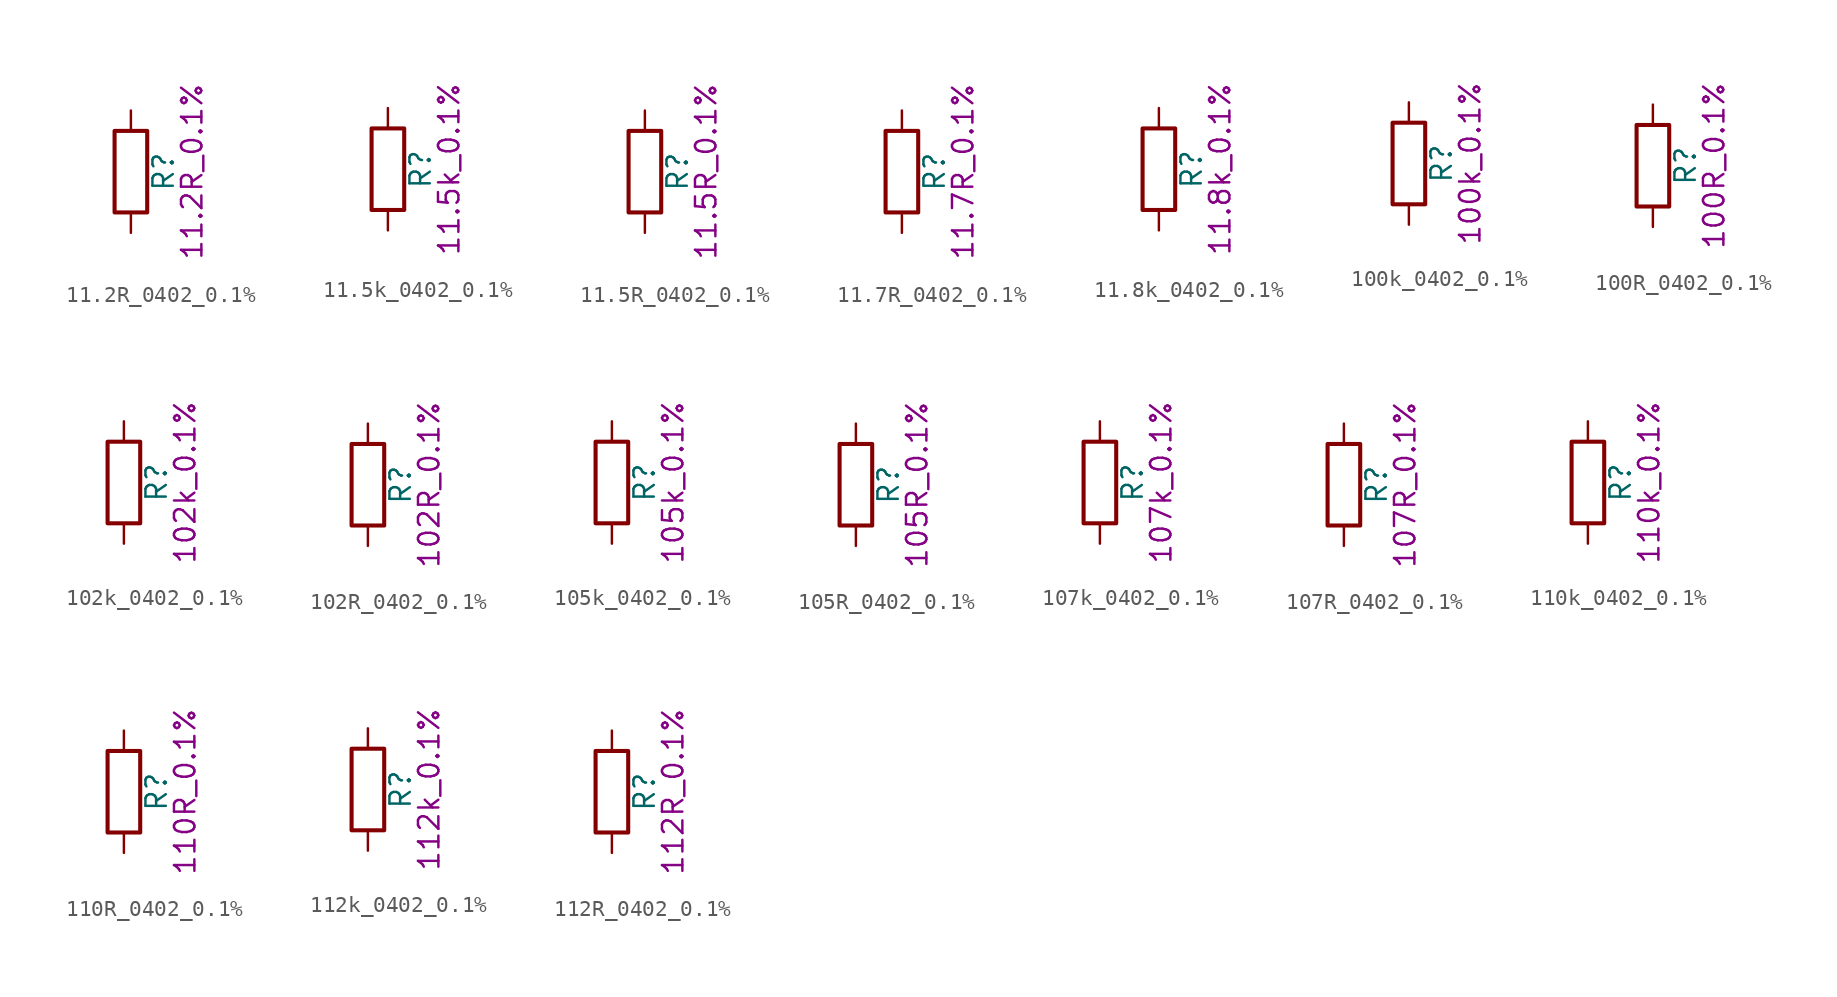
<source format=kicad_sym>
(kicad_symbol_lib
  (version 20211014)
  (generator kicad_symbol_editor)
  (symbol "11.2R_0402_0.1%"
    (pin_numbers hide)
    (pin_names
      (offset 0))
    (property "Reference" "R"
      (at 2.032 0 90)
      (effects (font (size 1.27 1.27))))
    (property "Display" "11.2R_0.1%"
      (at 3.81 0 90)
      (effects (font (size 1.27 1.27))))
    (symbol "11.2R_0402_0.1%_0_1"
      (rectangle (start -1.016 -2.54) (end 1.016 2.54) (stroke (width 0.254) (type default) (color 0 0 0 0)) (fill (type none))))
    (symbol "11.2R_0402_0.1%_1_1"
      (pin passive line (at 0 3.81 270) (length 1.27) (name "~" (effects (font (size 1.27 1.27)))) (number "1" (effects (font (size 1.27 1.27)))))
      (pin passive line (at 0 -3.81 90) (length 1.27) (name "~" (effects (font (size 1.27 1.27)))) (number "2" (effects (font (size 1.27 1.27)))))))
  (symbol "11.5k_0402_0.1%"
    (pin_numbers hide)
    (pin_names
      (offset 0))
    (property "Reference" "R"
      (at 2.032 0 90)
      (effects (font (size 1.27 1.27))))
    (property "Display" "11.5k_0.1%"
      (at 3.81 0 90)
      (effects (font (size 1.27 1.27))))
    (symbol "11.5k_0402_0.1%_0_1"
      (rectangle (start -1.016 -2.54) (end 1.016 2.54) (stroke (width 0.254) (type default) (color 0 0 0 0)) (fill (type none))))
    (symbol "11.5k_0402_0.1%_1_1"
      (pin passive line (at 0 3.81 270) (length 1.27) (name "~" (effects (font (size 1.27 1.27)))) (number "1" (effects (font (size 1.27 1.27)))))
      (pin passive line (at 0 -3.81 90) (length 1.27) (name "~" (effects (font (size 1.27 1.27)))) (number "2" (effects (font (size 1.27 1.27)))))))
  (symbol "11.5R_0402_0.1%"
    (pin_numbers hide)
    (pin_names
      (offset 0))
    (property "Reference" "R"
      (at 2.032 0 90)
      (effects (font (size 1.27 1.27))))
    (property "Display" "11.5R_0.1%"
      (at 3.81 0 90)
      (effects (font (size 1.27 1.27))))
    (symbol "11.5R_0402_0.1%_0_1"
      (rectangle (start -1.016 -2.54) (end 1.016 2.54) (stroke (width 0.254) (type default) (color 0 0 0 0)) (fill (type none))))
    (symbol "11.5R_0402_0.1%_1_1"
      (pin passive line (at 0 3.81 270) (length 1.27) (name "~" (effects (font (size 1.27 1.27)))) (number "1" (effects (font (size 1.27 1.27)))))
      (pin passive line (at 0 -3.81 90) (length 1.27) (name "~" (effects (font (size 1.27 1.27)))) (number "2" (effects (font (size 1.27 1.27)))))))
  (symbol "11.7R_0402_0.1%"
    (pin_numbers hide)
    (pin_names
      (offset 0))
    (property "Reference" "R"
      (at 2.032 0 90)
      (effects (font (size 1.27 1.27))))
    (property "Display" "11.7R_0.1%"
      (at 3.81 0 90)
      (effects (font (size 1.27 1.27))))
    (symbol "11.7R_0402_0.1%_0_1"
      (rectangle (start -1.016 -2.54) (end 1.016 2.54) (stroke (width 0.254) (type default) (color 0 0 0 0)) (fill (type none))))
    (symbol "11.7R_0402_0.1%_1_1"
      (pin passive line (at 0 3.81 270) (length 1.27) (name "~" (effects (font (size 1.27 1.27)))) (number "1" (effects (font (size 1.27 1.27)))))
      (pin passive line (at 0 -3.81 90) (length 1.27) (name "~" (effects (font (size 1.27 1.27)))) (number "2" (effects (font (size 1.27 1.27)))))))
  (symbol "11.8k_0402_0.1%"
    (pin_numbers hide)
    (pin_names
      (offset 0))
    (property "Reference" "R"
      (at 2.032 0 90)
      (effects (font (size 1.27 1.27))))
    (property "Display" "11.8k_0.1%"
      (at 3.81 0 90)
      (effects (font (size 1.27 1.27))))
    (symbol "11.8k_0402_0.1%_0_1"
      (rectangle (start -1.016 -2.54) (end 1.016 2.54) (stroke (width 0.254) (type default) (color 0 0 0 0)) (fill (type none))))
    (symbol "11.8k_0402_0.1%_1_1"
      (pin passive line (at 0 3.81 270) (length 1.27) (name "~" (effects (font (size 1.27 1.27)))) (number "1" (effects (font (size 1.27 1.27)))))
      (pin passive line (at 0 -3.81 90) (length 1.27) (name "~" (effects (font (size 1.27 1.27)))) (number "2" (effects (font (size 1.27 1.27)))))))
  (symbol "100k_0402_0.1%"
    (pin_numbers hide)
    (pin_names
      (offset 0))
    (property "Reference" "R"
      (at 2.032 0 90)
      (effects (font (size 1.27 1.27))))
    (property "Display" "100k_0.1%"
      (at 3.81 0 90)
      (effects (font (size 1.27 1.27))))
    (symbol "100k_0402_0.1%_0_1"
      (rectangle (start -1.016 -2.54) (end 1.016 2.54) (stroke (width 0.254) (type default) (color 0 0 0 0)) (fill (type none))))
    (symbol "100k_0402_0.1%_1_1"
      (pin passive line (at 0 3.81 270) (length 1.27) (name "~" (effects (font (size 1.27 1.27)))) (number "1" (effects (font (size 1.27 1.27)))))
      (pin passive line (at 0 -3.81 90) (length 1.27) (name "~" (effects (font (size 1.27 1.27)))) (number "2" (effects (font (size 1.27 1.27)))))))
  (symbol "100R_0402_0.1%"
    (pin_numbers hide)
    (pin_names
      (offset 0))
    (property "Reference" "R"
      (at 2.032 0 90)
      (effects (font (size 1.27 1.27))))
    (property "Display" "100R_0.1%"
      (at 3.81 0 90)
      (effects (font (size 1.27 1.27))))
    (symbol "100R_0402_0.1%_0_1"
      (rectangle (start -1.016 -2.54) (end 1.016 2.54) (stroke (width 0.254) (type default) (color 0 0 0 0)) (fill (type none))))
    (symbol "100R_0402_0.1%_1_1"
      (pin passive line (at 0 3.81 270) (length 1.27) (name "~" (effects (font (size 1.27 1.27)))) (number "1" (effects (font (size 1.27 1.27)))))
      (pin passive line (at 0 -3.81 90) (length 1.27) (name "~" (effects (font (size 1.27 1.27)))) (number "2" (effects (font (size 1.27 1.27)))))))
  (symbol "102k_0402_0.1%"
    (pin_numbers hide)
    (pin_names
      (offset 0))
    (property "Reference" "R"
      (at 2.032 0 90)
      (effects (font (size 1.27 1.27))))
    (property "Display" "102k_0.1%"
      (at 3.81 0 90)
      (effects (font (size 1.27 1.27))))
    (symbol "102k_0402_0.1%_0_1"
      (rectangle (start -1.016 -2.54) (end 1.016 2.54) (stroke (width 0.254) (type default) (color 0 0 0 0)) (fill (type none))))
    (symbol "102k_0402_0.1%_1_1"
      (pin passive line (at 0 3.81 270) (length 1.27) (name "~" (effects (font (size 1.27 1.27)))) (number "1" (effects (font (size 1.27 1.27)))))
      (pin passive line (at 0 -3.81 90) (length 1.27) (name "~" (effects (font (size 1.27 1.27)))) (number "2" (effects (font (size 1.27 1.27)))))))
  (symbol "102R_0402_0.1%"
    (pin_numbers hide)
    (pin_names
      (offset 0))
    (property "Reference" "R"
      (at 2.032 0 90)
      (effects (font (size 1.27 1.27))))
    (property "Display" "102R_0.1%"
      (at 3.81 0 90)
      (effects (font (size 1.27 1.27))))
    (symbol "102R_0402_0.1%_0_1"
      (rectangle (start -1.016 -2.54) (end 1.016 2.54) (stroke (width 0.254) (type default) (color 0 0 0 0)) (fill (type none))))
    (symbol "102R_0402_0.1%_1_1"
      (pin passive line (at 0 3.81 270) (length 1.27) (name "~" (effects (font (size 1.27 1.27)))) (number "1" (effects (font (size 1.27 1.27)))))
      (pin passive line (at 0 -3.81 90) (length 1.27) (name "~" (effects (font (size 1.27 1.27)))) (number "2" (effects (font (size 1.27 1.27)))))))
  (symbol "105k_0402_0.1%"
    (pin_numbers hide)
    (pin_names
      (offset 0))
    (property "Reference" "R"
      (at 2.032 0 90)
      (effects (font (size 1.27 1.27))))
    (property "Display" "105k_0.1%"
      (at 3.81 0 90)
      (effects (font (size 1.27 1.27))))
    (symbol "105k_0402_0.1%_0_1"
      (rectangle (start -1.016 -2.54) (end 1.016 2.54) (stroke (width 0.254) (type default) (color 0 0 0 0)) (fill (type none))))
    (symbol "105k_0402_0.1%_1_1"
      (pin passive line (at 0 3.81 270) (length 1.27) (name "~" (effects (font (size 1.27 1.27)))) (number "1" (effects (font (size 1.27 1.27)))))
      (pin passive line (at 0 -3.81 90) (length 1.27) (name "~" (effects (font (size 1.27 1.27)))) (number "2" (effects (font (size 1.27 1.27)))))))
  (symbol "105R_0402_0.1%"
    (pin_numbers hide)
    (pin_names
      (offset 0))
    (property "Reference" "R"
      (at 2.032 0 90)
      (effects (font (size 1.27 1.27))))
    (property "Display" "105R_0.1%"
      (at 3.81 0 90)
      (effects (font (size 1.27 1.27))))
    (symbol "105R_0402_0.1%_0_1"
      (rectangle (start -1.016 -2.54) (end 1.016 2.54) (stroke (width 0.254) (type default) (color 0 0 0 0)) (fill (type none))))
    (symbol "105R_0402_0.1%_1_1"
      (pin passive line (at 0 3.81 270) (length 1.27) (name "~" (effects (font (size 1.27 1.27)))) (number "1" (effects (font (size 1.27 1.27)))))
      (pin passive line (at 0 -3.81 90) (length 1.27) (name "~" (effects (font (size 1.27 1.27)))) (number "2" (effects (font (size 1.27 1.27)))))))
  (symbol "107k_0402_0.1%"
    (pin_numbers hide)
    (pin_names
      (offset 0))
    (property "Reference" "R"
      (at 2.032 0 90)
      (effects (font (size 1.27 1.27))))
    (property "Display" "107k_0.1%"
      (at 3.81 0 90)
      (effects (font (size 1.27 1.27))))
    (symbol "107k_0402_0.1%_0_1"
      (rectangle (start -1.016 -2.54) (end 1.016 2.54) (stroke (width 0.254) (type default) (color 0 0 0 0)) (fill (type none))))
    (symbol "107k_0402_0.1%_1_1"
      (pin passive line (at 0 3.81 270) (length 1.27) (name "~" (effects (font (size 1.27 1.27)))) (number "1" (effects (font (size 1.27 1.27)))))
      (pin passive line (at 0 -3.81 90) (length 1.27) (name "~" (effects (font (size 1.27 1.27)))) (number "2" (effects (font (size 1.27 1.27)))))))
  (symbol "107R_0402_0.1%"
    (pin_numbers hide)
    (pin_names
      (offset 0))
    (property "Reference" "R"
      (at 2.032 0 90)
      (effects (font (size 1.27 1.27))))
    (property "Display" "107R_0.1%"
      (at 3.81 0 90)
      (effects (font (size 1.27 1.27))))
    (symbol "107R_0402_0.1%_0_1"
      (rectangle (start -1.016 -2.54) (end 1.016 2.54) (stroke (width 0.254) (type default) (color 0 0 0 0)) (fill (type none))))
    (symbol "107R_0402_0.1%_1_1"
      (pin passive line (at 0 3.81 270) (length 1.27) (name "~" (effects (font (size 1.27 1.27)))) (number "1" (effects (font (size 1.27 1.27)))))
      (pin passive line (at 0 -3.81 90) (length 1.27) (name "~" (effects (font (size 1.27 1.27)))) (number "2" (effects (font (size 1.27 1.27)))))))
  (symbol "110k_0402_0.1%"
    (pin_numbers hide)
    (pin_names
      (offset 0))
    (property "Reference" "R"
      (at 2.032 0 90)
      (effects (font (size 1.27 1.27))))
    (property "Display" "110k_0.1%"
      (at 3.81 0 90)
      (effects (font (size 1.27 1.27))))
    (symbol "110k_0402_0.1%_0_1"
      (rectangle (start -1.016 -2.54) (end 1.016 2.54) (stroke (width 0.254) (type default) (color 0 0 0 0)) (fill (type none))))
    (symbol "110k_0402_0.1%_1_1"
      (pin passive line (at 0 3.81 270) (length 1.27) (name "~" (effects (font (size 1.27 1.27)))) (number "1" (effects (font (size 1.27 1.27)))))
      (pin passive line (at 0 -3.81 90) (length 1.27) (name "~" (effects (font (size 1.27 1.27)))) (number "2" (effects (font (size 1.27 1.27)))))))
  (symbol "110R_0402_0.1%"
    (pin_numbers hide)
    (pin_names
      (offset 0))
    (property "Reference" "R"
      (at 2.032 0 90)
      (effects (font (size 1.27 1.27))))
    (property "Display" "110R_0.1%"
      (at 3.81 0 90)
      (effects (font (size 1.27 1.27))))
    (symbol "110R_0402_0.1%_0_1"
      (rectangle (start -1.016 -2.54) (end 1.016 2.54) (stroke (width 0.254) (type default) (color 0 0 0 0)) (fill (type none))))
    (symbol "110R_0402_0.1%_1_1"
      (pin passive line (at 0 3.81 270) (length 1.27) (name "~" (effects (font (size 1.27 1.27)))) (number "1" (effects (font (size 1.27 1.27)))))
      (pin passive line (at 0 -3.81 90) (length 1.27) (name "~" (effects (font (size 1.27 1.27)))) (number "2" (effects (font (size 1.27 1.27)))))))
  (symbol "112k_0402_0.1%"
    (pin_numbers hide)
    (pin_names
      (offset 0))
    (property "Reference" "R"
      (at 2.032 0 90)
      (effects (font (size 1.27 1.27))))
    (property "Display" "112k_0.1%"
      (at 3.81 0 90)
      (effects (font (size 1.27 1.27))))
    (symbol "112k_0402_0.1%_0_1"
      (rectangle (start -1.016 -2.54) (end 1.016 2.54) (stroke (width 0.254) (type default) (color 0 0 0 0)) (fill (type none))))
    (symbol "112k_0402_0.1%_1_1"
      (pin passive line (at 0 3.81 270) (length 1.27) (name "~" (effects (font (size 1.27 1.27)))) (number "1" (effects (font (size 1.27 1.27)))))
      (pin passive line (at 0 -3.81 90) (length 1.27) (name "~" (effects (font (size 1.27 1.27)))) (number "2" (effects (font (size 1.27 1.27)))))))
  (symbol "112R_0402_0.1%"
    (pin_numbers hide)
    (pin_names
      (offset 0))
    (property "Reference" "R"
      (at 2.032 0 90)
      (effects (font (size 1.27 1.27))))
    (property "Display" "112R_0.1%"
      (at 3.81 0 90)
      (effects (font (size 1.27 1.27))))
    (symbol "112R_0402_0.1%_0_1"
      (rectangle (start -1.016 -2.54) (end 1.016 2.54) (stroke (width 0.254) (type default) (color 0 0 0 0)) (fill (type none))))
    (symbol "112R_0402_0.1%_1_1"
      (pin passive line (at 0 3.81 270) (length 1.27) (name "~" (effects (font (size 1.27 1.27)))) (number "1" (effects (font (size 1.27 1.27)))))
      (pin passive line (at 0 -3.81 90) (length 1.27) (name "~" (effects (font (size 1.27 1.27)))) (number "2" (effects (font (size 1.27 1.27))))))))
</source>
